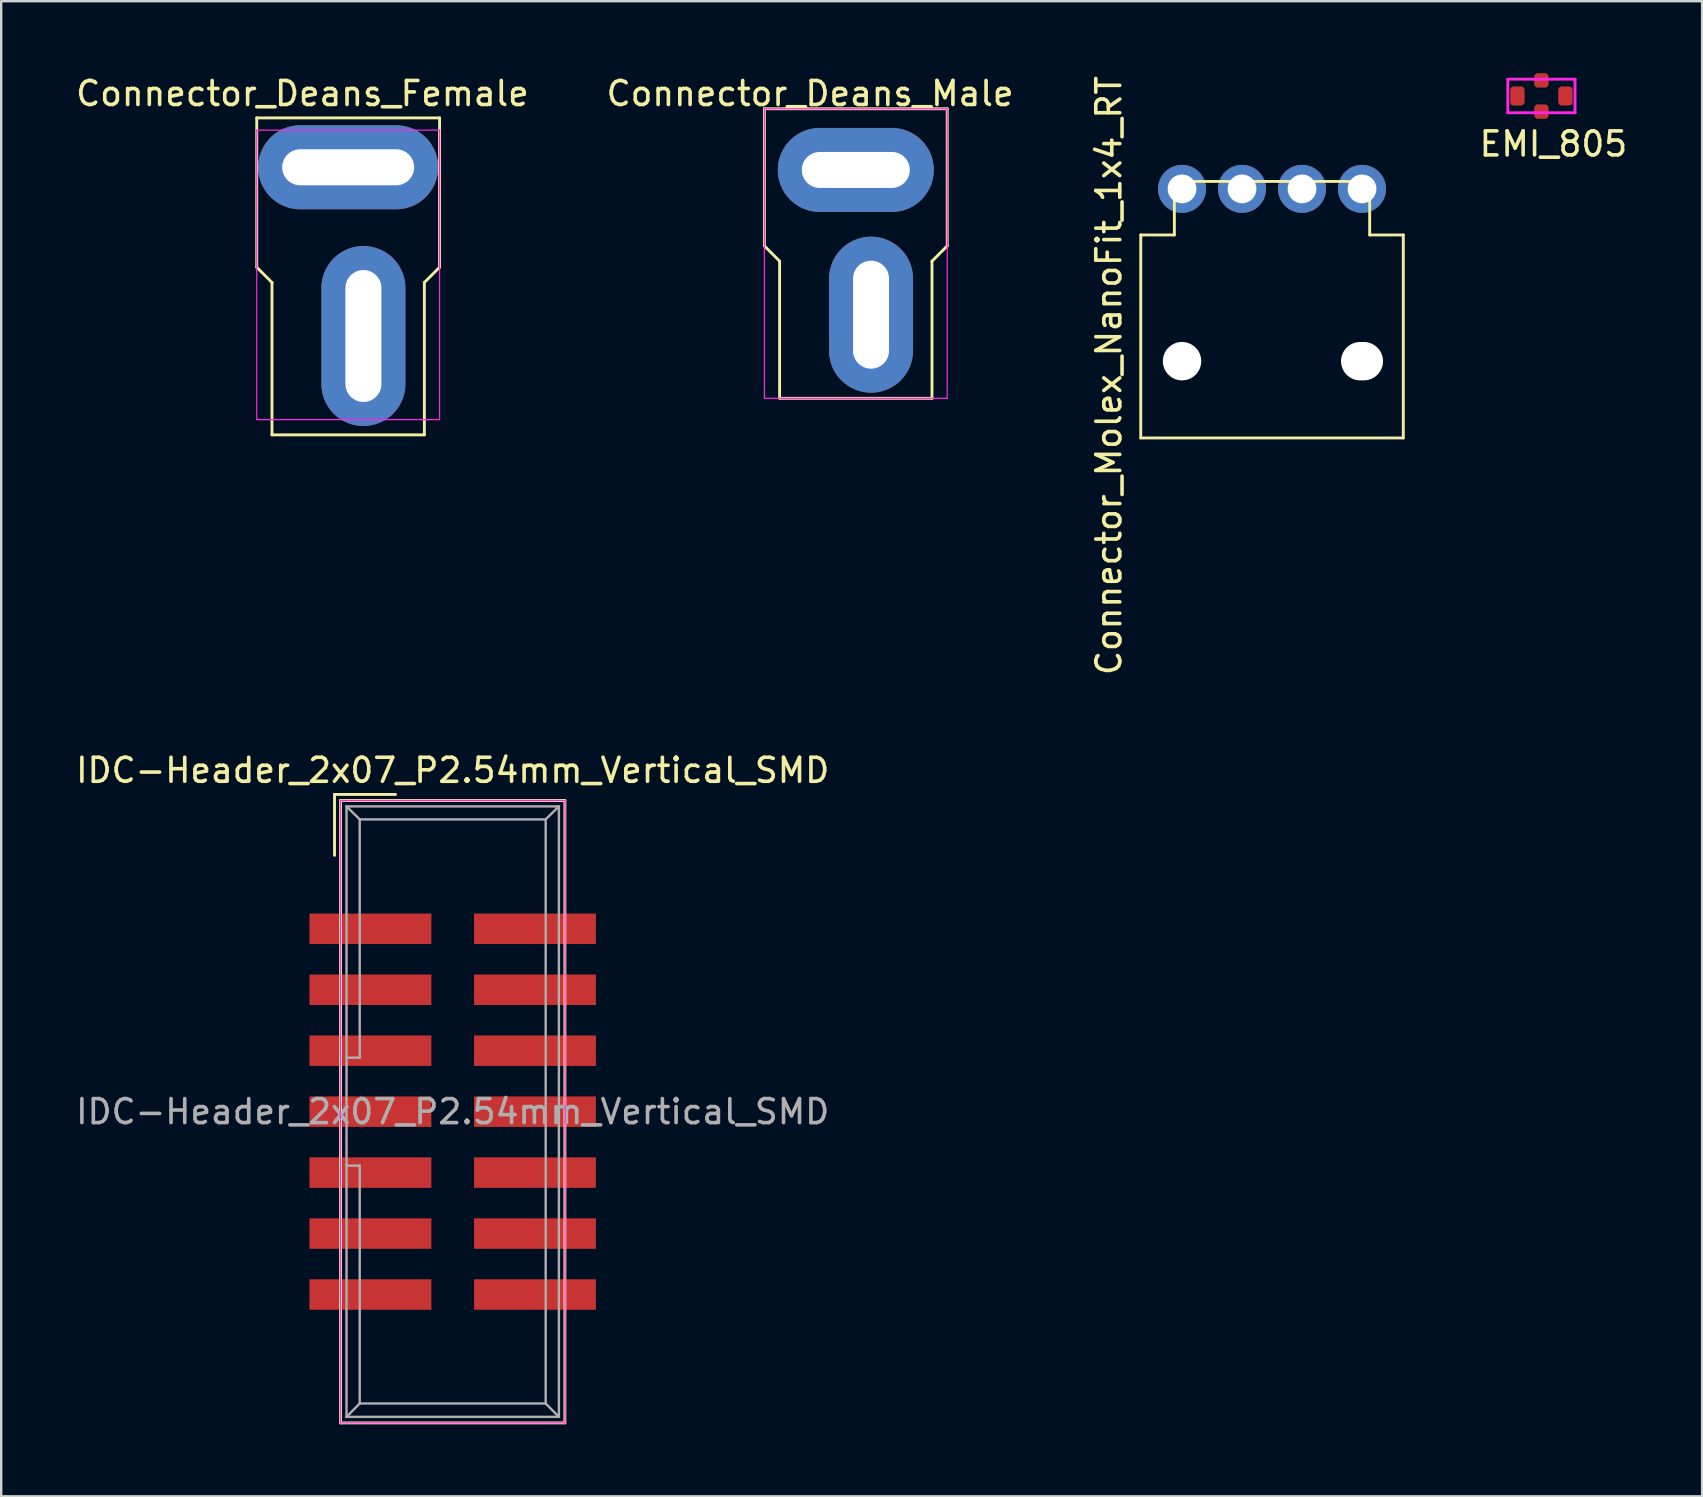
<source format=kicad_pcb>
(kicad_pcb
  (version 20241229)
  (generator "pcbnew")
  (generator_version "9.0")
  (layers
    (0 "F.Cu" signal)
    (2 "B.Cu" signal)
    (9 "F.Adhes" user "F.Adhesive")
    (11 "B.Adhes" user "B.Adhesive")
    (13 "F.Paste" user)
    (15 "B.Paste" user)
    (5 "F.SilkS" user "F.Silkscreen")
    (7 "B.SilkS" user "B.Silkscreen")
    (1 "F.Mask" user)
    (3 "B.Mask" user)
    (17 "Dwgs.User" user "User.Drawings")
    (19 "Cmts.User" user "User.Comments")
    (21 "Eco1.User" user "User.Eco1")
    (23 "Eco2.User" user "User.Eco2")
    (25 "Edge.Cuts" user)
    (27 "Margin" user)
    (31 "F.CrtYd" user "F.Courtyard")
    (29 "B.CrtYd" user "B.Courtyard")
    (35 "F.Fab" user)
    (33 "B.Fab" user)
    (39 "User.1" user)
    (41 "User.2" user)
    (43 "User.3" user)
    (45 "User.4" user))
  (footprint "Connector_Molex_NanoFit_1x4_RT"
    (layer "F.Cu")
    (at 49.958 15.201)
    (property "Reference" "Connector_Molex_NanoFit_1x4_RT" (at -6.8 -2.6 90) (layer "F.SilkS") (effects (font (size 1 1) (thickness 0.15))))
    (attr through_hole)
    (fp_line (start -5.47 -8.46) (end -4.07 -8.46) (stroke (width 0.12) (type solid)) (layer "F.SilkS"))
    (fp_line (start -5.47 0) (end -5.47 -8.46) (stroke (width 0.12) (type solid)) (layer "F.SilkS"))
    (fp_line (start -5.47 0) (end 5.47 0) (stroke (width 0.12) (type solid)) (layer "F.SilkS"))
    (fp_line (start -4.07 -10.69) (end -4.07 -8.46) (stroke (width 0.12) (type solid)) (layer "F.SilkS"))
    (fp_line (start -4.07 -10.69) (end 4.07 -10.69) (stroke (width 0.12) (type solid)) (layer "F.SilkS"))
    (fp_line (start 4.07 -10.69) (end 4.07 -8.46) (stroke (width 0.12) (type solid)) (layer "F.SilkS"))
    (fp_line (start 4.07 -8.46) (end 5.47 -8.46) (stroke (width 0.12) (type solid)) (layer "F.SilkS"))
    (fp_line (start 5.47 0) (end 5.47 -8.46) (stroke (width 0.12) (type solid)) (layer "F.SilkS"))
    (pad "" np_thru_hole circle (at -3.75 -3.2) (size 1.6 1.6) (drill 1.6) (layers "*.Cu" "*.Mask"))
    (pad "" np_thru_hole oval (at 3.75 -3.2) (size 1.75 1.6) (drill oval 1.75 1.6) (layers "*.Cu" "*.Mask"))
    (pad "1" thru_hole circle (at 3.75 -10.38) (size 2 2) (drill 1.2) (layers "*.Cu" "*.Mask"))
    (pad "2" thru_hole circle (at 1.25 -10.38) (size 2 2) (drill 1.2) (layers "*.Cu" "*.Mask"))
    (pad "3" thru_hole circle (at -1.25 -10.38) (size 2 2) (drill 1.2) (layers "*.Cu" "*.Mask"))
    (pad "4" thru_hole circle (at -3.75 -10.38) (size 2 2) (drill 1.2) (layers "*.Cu" "*.Mask")))
  (footprint "Connector_Deans_Male"
    (layer "F.Cu")
    (at 32.613 6.563)
    (property "Reference" "Connector_Deans_Male" (at -1.905 -5.715 0) (layer "F.SilkS") (effects (font (size 1 1) (thickness 0.15))))
    (attr through_hole)
    (fp_line (start -3.81 -5.08) (end 3.81 -5.08) (stroke (width 0.12) (type solid)) (layer "F.SilkS"))
    (fp_line (start -3.81 0.635) (end -3.81 -5.08) (stroke (width 0.12) (type solid)) (layer "F.SilkS"))
    (fp_line (start -3.175 1.27) (end -3.81 0.635) (stroke (width 0.12) (type solid)) (layer "F.SilkS"))
    (fp_line (start -3.175 6.985) (end -3.175 1.27) (stroke (width 0.12) (type solid)) (layer "F.SilkS"))
    (fp_line (start 3.175 1.27) (end 3.175 6.985) (stroke (width 0.12) (type solid)) (layer "F.SilkS"))
    (fp_line (start 3.175 6.985) (end -3.175 6.985) (stroke (width 0.12) (type solid)) (layer "F.SilkS"))
    (fp_line (start 3.81 -5.08) (end 3.81 0.635) (stroke (width 0.12) (type solid)) (layer "F.SilkS"))
    (fp_line (start 3.81 0.635) (end 3.175 1.27) (stroke (width 0.12) (type solid)) (layer "F.SilkS"))
    (fp_line (start -3.81 -5.08) (end 3.81 -5.08) (stroke (width 0.05) (type solid)) (layer "F.CrtYd"))
    (fp_line (start -3.81 6.985) (end -3.81 -5.08) (stroke (width 0.05) (type solid)) (layer "F.CrtYd"))
    (fp_line (start 3.81 -5.08) (end 3.81 6.985) (stroke (width 0.05) (type solid)) (layer "F.CrtYd"))
    (fp_line (start 3.81 6.985) (end -3.81 6.985) (stroke (width 0.05) (type solid)) (layer "F.CrtYd"))
    (pad "+" thru_hole oval (at 0 -2.531) (size 6.5 3.5) (drill oval 4.5 1.5) (layers "*.Cu" "*.Mask"))
    (pad "-" thru_hole oval (at 0.635 3.5 90) (size 6.5 3.5) (drill oval 4.5 1.5) (layers "*.Cu" "*.Mask")))
  (footprint "Connector_Deans_Female"
    (layer "F.Cu")
    (at 11.459 7.452)
    (property "Reference" "Connector_Deans_Female" (at -1.905 -6.604 0) (layer "F.SilkS") (effects (font (size 1 1) (thickness 0.15))))
    (attr through_hole)
    (fp_line (start -3.81 -5.588) (end 3.81 -5.588) (stroke (width 0.12) (type solid)) (layer "F.SilkS"))
    (fp_line (start -3.81 0.635) (end -3.81 -5.588) (stroke (width 0.12) (type solid)) (layer "F.SilkS"))
    (fp_line (start -3.175 1.27) (end -3.81 0.635) (stroke (width 0.12) (type solid)) (layer "F.SilkS"))
    (fp_line (start -3.175 7.62) (end -3.175 1.27) (stroke (width 0.12) (type solid)) (layer "F.SilkS"))
    (fp_line (start 3.175 1.27) (end 3.175 7.62) (stroke (width 0.12) (type solid)) (layer "F.SilkS"))
    (fp_line (start 3.175 7.62) (end -3.175 7.62) (stroke (width 0.12) (type solid)) (layer "F.SilkS"))
    (fp_line (start 3.81 -5.588) (end 3.81 0.635) (stroke (width 0.12) (type solid)) (layer "F.SilkS"))
    (fp_line (start 3.81 0.635) (end 3.175 1.27) (stroke (width 0.12) (type solid)) (layer "F.SilkS"))
    (fp_line (start -3.81 -5.08) (end 3.81 -5.08) (stroke (width 0.05) (type solid)) (layer "F.CrtYd"))
    (fp_line (start -3.81 6.985) (end -3.81 -5.08) (stroke (width 0.05) (type solid)) (layer "F.CrtYd"))
    (fp_line (start 3.81 -5.08) (end 3.81 6.985) (stroke (width 0.05) (type solid)) (layer "F.CrtYd"))
    (fp_line (start 3.81 6.985) (end -3.81 6.985) (stroke (width 0.05) (type solid)) (layer "F.CrtYd"))
    (pad "+" thru_hole oval (at 0 -3.531) (size 7.5 3.5) (drill oval 5.5 1.5) (layers "*.Cu" "*.Mask"))
    (pad "-" thru_hole oval (at 0.635 3.5 90) (size 7.5 3.5) (drill oval 5.5 1.5) (layers "*.Cu" "*.Mask")))
  (footprint "EMI_805"
    (layer "F.Cu")
    (at 61.184 0.95)
    (property "Reference" "EMI_805" (at 0.5 2 0) (layer "F.SilkS") (effects (font (size 1 1) (thickness 0.15))))
    (attr through_hole)
    (fp_line (start -1.4 -0.7) (end 1.4 -0.7) (stroke (width 0.12) (type solid)) (layer "F.CrtYd"))
    (fp_line (start -1.4 0.7) (end -1.4 -0.7) (stroke (width 0.12) (type solid)) (layer "F.CrtYd"))
    (fp_line (start 1.4 -0.7) (end 1.4 0.7) (stroke (width 0.12) (type solid)) (layer "F.CrtYd"))
    (fp_line (start 1.4 0.7) (end -1.4 0.7) (stroke (width 0.12) (type solid)) (layer "F.CrtYd"))
    (pad "1" smd roundrect (at -1 0) (size 0.6 0.8) (layers "F.Cu" "F.Mask" "F.Paste") (roundrect_rratio 0.25))
    (pad "2" smd roundrect (at 0 -0.65) (size 0.6 0.6) (layers "F.Cu" "F.Mask" "F.Paste") (roundrect_rratio 0.25))
    (pad "2" smd roundrect (at 0 0.65) (size 0.6 0.6) (layers "F.Cu" "F.Mask" "F.Paste") (roundrect_rratio 0.25))
    (pad "3" smd roundrect (at 1 0) (size 0.6 0.8) (layers "F.Cu" "F.Mask" "F.Paste") (roundrect_rratio 0.25)))
  (footprint "IDC-Header_2x07_P2.54mm_Vertical_SMD"
    (layer "F.Cu")
    (at 14.545 35.655)
    (property "Reference" "IDC-Header_2x07_P2.54mm_Vertical_SMD" (at 1.27 -6.604 0) (layer "F.SilkS") (effects (font (size 1 1) (thickness 0.15))))
    (attr smd)
    (fp_line (start -3.655 -5.6) (end -3.655 -3.06) (stroke (width 0.12) (type solid)) (layer "F.SilkS"))
    (fp_line (start -3.655 -5.6) (end -1.115 -5.6) (stroke (width 0.12) (type solid)) (layer "F.SilkS"))
    (fp_line (start -3.405 -5.35) (end 5.945 -5.35) (stroke (width 0.12) (type solid)) (layer "F.SilkS"))
    (fp_line (start -3.405 20.59) (end -3.405 -5.35) (stroke (width 0.12) (type solid)) (layer "F.SilkS"))
    (fp_line (start 5.945 -5.35) (end 5.945 20.59) (stroke (width 0.12) (type solid)) (layer "F.SilkS"))
    (fp_line (start 5.945 20.59) (end -3.405 20.59) (stroke (width 0.12) (type solid)) (layer "F.SilkS"))
    (fp_line (start -3.41 -5.35) (end 5.95 -5.35) (stroke (width 0.05) (type solid)) (layer "F.CrtYd"))
    (fp_line (start -3.41 20.59) (end -3.41 -5.35) (stroke (width 0.05) (type solid)) (layer "F.CrtYd"))
    (fp_line (start 5.95 -5.35) (end 5.95 20.59) (stroke (width 0.05) (type solid)) (layer "F.CrtYd"))
    (fp_line (start 5.95 20.59) (end -3.41 20.59) (stroke (width 0.05) (type solid)) (layer "F.CrtYd"))
    (fp_line (start -3.155 -5.1) (end -3.155 20.34) (stroke (width 0.1) (type solid)) (layer "F.Fab"))
    (fp_line (start -3.155 -5.1) (end -2.605 -4.56) (stroke (width 0.1) (type solid)) (layer "F.Fab"))
    (fp_line (start -3.155 20.34) (end -2.605 19.78) (stroke (width 0.1) (type solid)) (layer "F.Fab"))
    (fp_line (start -2.605 -4.56) (end -2.605 5.37) (stroke (width 0.1) (type solid)) (layer "F.Fab"))
    (fp_line (start -2.605 5.37) (end -3.155 5.37) (stroke (width 0.1) (type solid)) (layer "F.Fab"))
    (fp_line (start -2.605 9.87) (end -3.155 9.87) (stroke (width 0.1) (type solid)) (layer "F.Fab"))
    (fp_line (start -2.605 9.87) (end -2.605 19.78) (stroke (width 0.1) (type solid)) (layer "F.Fab"))
    (fp_line (start 5.145 -4.56) (end -2.605 -4.56) (stroke (width 0.1) (type solid)) (layer "F.Fab"))
    (fp_line (start 5.145 -4.56) (end 5.145 19.78) (stroke (width 0.1) (type solid)) (layer "F.Fab"))
    (fp_line (start 5.145 19.78) (end -2.605 19.78) (stroke (width 0.1) (type solid)) (layer "F.Fab"))
    (fp_line (start 5.695 -5.1) (end -3.155 -5.1) (stroke (width 0.1) (type solid)) (layer "F.Fab"))
    (fp_line (start 5.695 -5.1) (end 5.145 -4.56) (stroke (width 0.1) (type solid)) (layer "F.Fab"))
    (fp_line (start 5.695 -5.1) (end 5.695 20.34) (stroke (width 0.1) (type solid)) (layer "F.Fab"))
    (fp_line (start 5.695 20.34) (end -3.155 20.34) (stroke (width 0.1) (type solid)) (layer "F.Fab"))
    (fp_line (start 5.695 20.34) (end 5.145 19.78) (stroke (width 0.1) (type solid)) (layer "F.Fab"))
    (fp_text user "${REFERENCE}" (at 1.27 7.62 0) (layer "F.Fab") (effects (font (size 1 1) (thickness 0.15))))
    (pad "1" smd rect (at -2.159 0) (size 5.08 1.27) (layers "F.Cu" "F.Mask" "F.Paste"))
    (pad "2" smd rect (at 4.699 0) (size 5.08 1.27) (layers "F.Cu" "F.Mask" "F.Paste"))
    (pad "3" smd rect (at -2.159 2.54) (size 5.08 1.27) (layers "F.Cu" "F.Mask" "F.Paste"))
    (pad "4" smd rect (at 4.699 2.54) (size 5.08 1.27) (layers "F.Cu" "F.Mask" "F.Paste"))
    (pad "5" smd rect (at -2.159 5.08) (size 5.08 1.27) (layers "F.Cu" "F.Mask" "F.Paste"))
    (pad "6" smd rect (at 4.699 5.08) (size 5.08 1.27) (layers "F.Cu" "F.Mask" "F.Paste"))
    (pad "7" smd rect (at -2.159 7.62) (size 5.08 1.27) (layers "F.Cu" "F.Mask" "F.Paste"))
    (pad "8" smd rect (at 4.699 7.62) (size 5.08 1.27) (layers "F.Cu" "F.Mask" "F.Paste"))
    (pad "9" smd rect (at -2.159 10.16) (size 5.08 1.27) (layers "F.Cu" "F.Mask" "F.Paste"))
    (pad "10" smd rect (at 4.699 10.16) (size 5.08 1.27) (layers "F.Cu" "F.Mask" "F.Paste"))
    (pad "11" smd rect (at -2.159 12.7) (size 5.08 1.27) (layers "F.Cu" "F.Mask" "F.Paste"))
    (pad "12" smd rect (at 4.699 12.7) (size 5.08 1.27) (layers "F.Cu" "F.Mask" "F.Paste"))
    (pad "13" smd rect (at -2.159 15.24) (size 5.08 1.27) (layers "F.Cu" "F.Mask" "F.Paste"))
    (pad "14" smd rect (at 4.699 15.24) (size 5.08 1.27) (layers "F.Cu" "F.Mask" "F.Paste")))
  (gr_rect
    (start -3 -3)
    (end 67.881 59.305)
    (stroke (width 0.1) (type default))
    (fill no)
    (layer "Edge.Cuts")))
</source>
